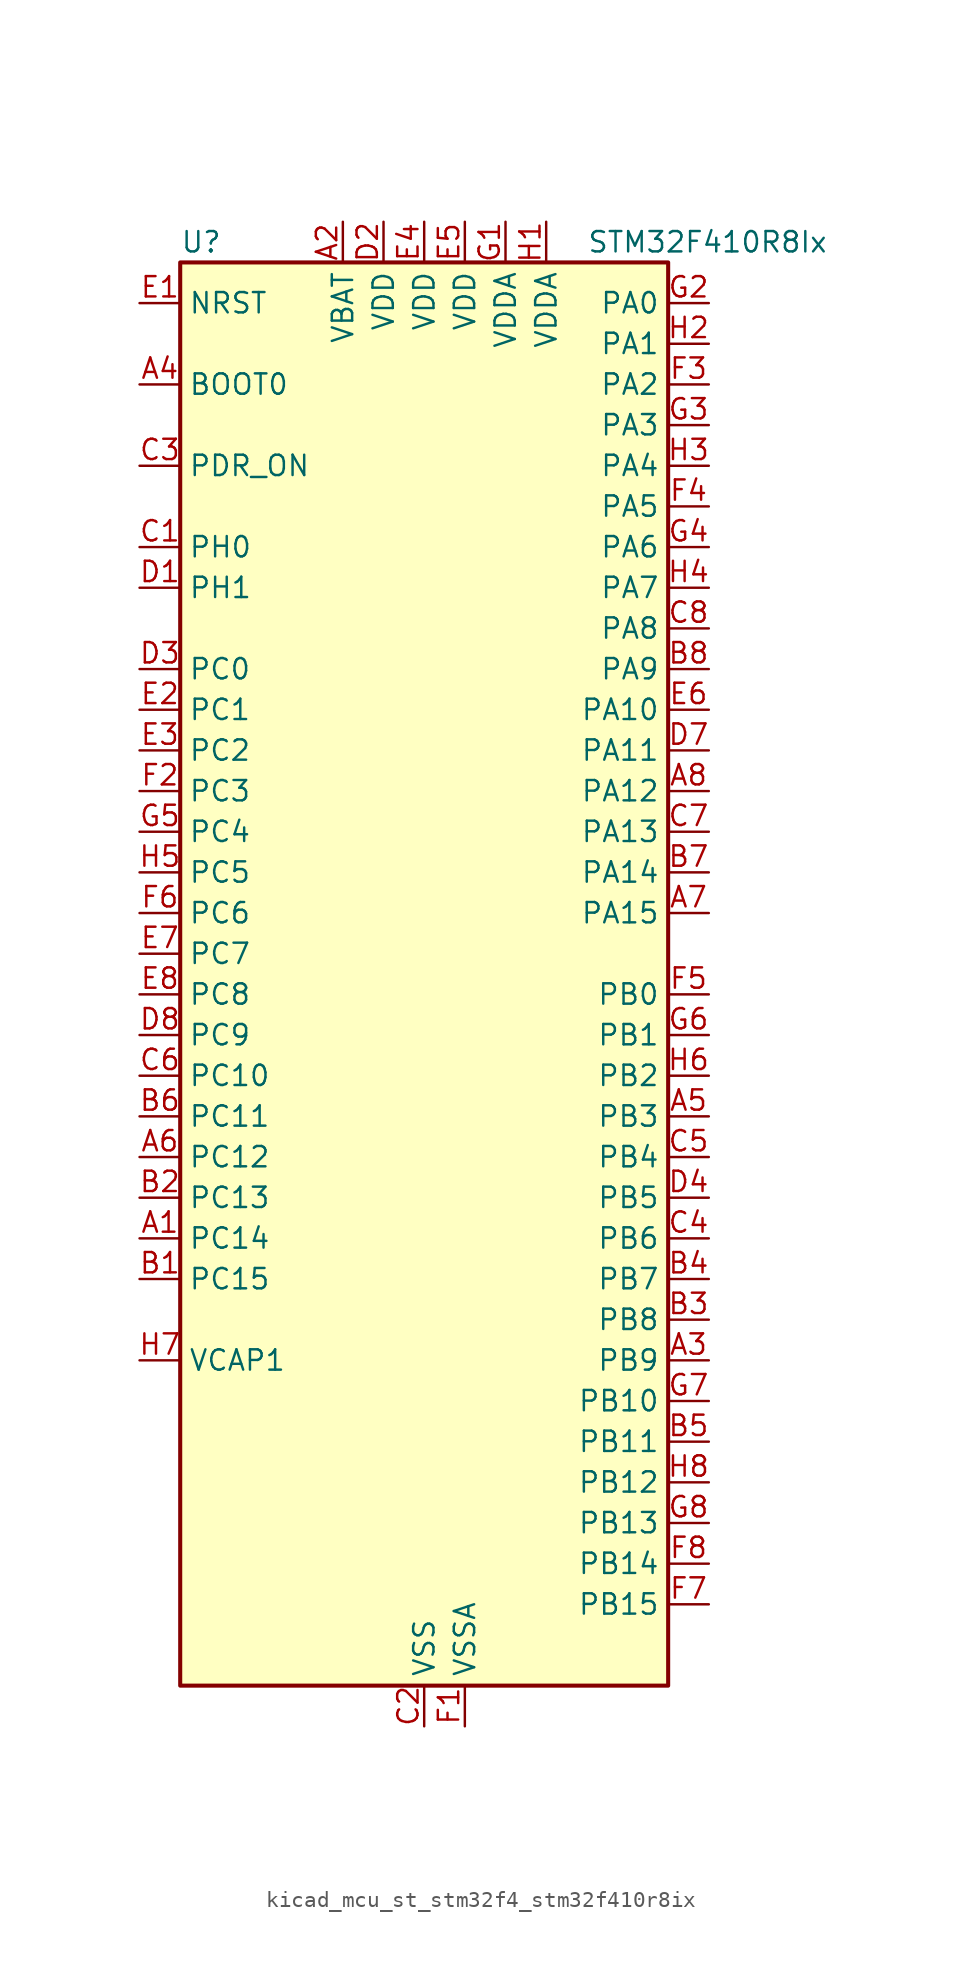
<source format=kicad_sym>
(kicad_symbol_lib
  (version 20220914)
  (generator kicad_symbol_editor)
  (symbol "kicad_mcu_st_stm32f4_stm32f410r8ix"
    (property "Reference" "U"
      (at -15.24 46.99 0)
      (effects (font (size 1.27 1.27)) (justify left)))
    (property "Value" "STM32F410R8Ix"
      (at 10.16 46.99 0)
      (effects (font (size 1.27 1.27)) (justify left)))
    (property "ki_locked" ""
      (at 0 0 0)
      (effects (font (size 1.27 1.27))))
    (symbol "kicad_mcu_st_stm32f4_stm32f410r8ix_0_1"
      (rectangle (start -15.24 -43.18) (end 15.24 45.72) (stroke (width 0.254) (type default)) (fill (type background))))
    (symbol "kicad_mcu_st_stm32f4_stm32f410r8ix_1_1"
      (pin bidirectional line (at -17.78 -15.24 0) (length 2.54) (name "PC14" (effects (font (size 1.27 1.27)))) (number "A1" (effects (font (size 1.27 1.27)))) (alternate "RCC_OSC32_IN" bidirectional line))
      (pin power_in line (at -5.08 48.26 270) (length 2.54) (name "VBAT" (effects (font (size 1.27 1.27)))) (number "A2" (effects (font (size 1.27 1.27)))))
      (pin bidirectional line (at 17.78 -22.86 180) (length 2.54) (name "PB9" (effects (font (size 1.27 1.27)))) (number "A3" (effects (font (size 1.27 1.27)))) (alternate "DAC_EXTI9" bidirectional line) (alternate "I2C1_SDA" bidirectional line) (alternate "I2C2_SDA" bidirectional line) (alternate "I2S2_WS" bidirectional line) (alternate "SPI2_NSS" bidirectional line) (alternate "TIM11_CH1" bidirectional line))
      (pin input line (at -17.78 38.1 0) (length 2.54) (name "BOOT0" (effects (font (size 1.27 1.27)))) (number "A4" (effects (font (size 1.27 1.27)))))
      (pin bidirectional line (at 17.78 -7.62 180) (length 2.54) (name "PB3" (effects (font (size 1.27 1.27)))) (number "A5" (effects (font (size 1.27 1.27)))) (alternate "FMPI2C1_SDA" bidirectional line) (alternate "I2C2_SDA" bidirectional line) (alternate "I2S1_CK" bidirectional line) (alternate "SPI1_SCK" bidirectional line) (alternate "SYS_JTDO-SWO" bidirectional line) (alternate "USART1_RX" bidirectional line))
      (pin bidirectional line (at -17.78 -10.16 0) (length 2.54) (name "PC12" (effects (font (size 1.27 1.27)))) (number "A6" (effects (font (size 1.27 1.27)))) (alternate "SYS_TRACED2" bidirectional line) (alternate "TIM11_CH1" bidirectional line))
      (pin bidirectional line (at 17.78 5.08 180) (length 2.54) (name "PA15" (effects (font (size 1.27 1.27)))) (number "A7" (effects (font (size 1.27 1.27)))) (alternate "ADC1_EXTI15" bidirectional line) (alternate "I2S1_WS" bidirectional line) (alternate "SPI1_NSS" bidirectional line) (alternate "SYS_JTDI" bidirectional line) (alternate "USART1_TX" bidirectional line))
      (pin bidirectional line (at 17.78 12.7 180) (length 2.54) (name "PA12" (effects (font (size 1.27 1.27)))) (number "A8" (effects (font (size 1.27 1.27)))) (alternate "SPI5_MISO" bidirectional line) (alternate "TIM1_ETR" bidirectional line) (alternate "USART1_RTS" bidirectional line) (alternate "USART6_RX" bidirectional line))
      (pin bidirectional line (at -17.78 -17.78 0) (length 2.54) (name "PC15" (effects (font (size 1.27 1.27)))) (number "B1" (effects (font (size 1.27 1.27)))) (alternate "ADC1_EXTI15" bidirectional line) (alternate "RCC_OSC32_OUT" bidirectional line))
      (pin bidirectional line (at -17.78 -12.7 0) (length 2.54) (name "PC13" (effects (font (size 1.27 1.27)))) (number "B2" (effects (font (size 1.27 1.27)))) (alternate "RTC_AF1" bidirectional line))
      (pin bidirectional line (at 17.78 -20.32 180) (length 2.54) (name "PB8" (effects (font (size 1.27 1.27)))) (number "B3" (effects (font (size 1.27 1.27)))) (alternate "I2C1_SCL" bidirectional line) (alternate "I2S5_SD" bidirectional line) (alternate "LPTIM1_OUT" bidirectional line) (alternate "SPI5_MOSI" bidirectional line))
      (pin bidirectional line (at 17.78 -17.78 180) (length 2.54) (name "PB7" (effects (font (size 1.27 1.27)))) (number "B4" (effects (font (size 1.27 1.27)))) (alternate "I2C1_SDA" bidirectional line) (alternate "LPTIM1_IN2" bidirectional line) (alternate "USART1_RX" bidirectional line))
      (pin bidirectional line (at 17.78 -27.94 180) (length 2.54) (name "PB11" (effects (font (size 1.27 1.27)))) (number "B5" (effects (font (size 1.27 1.27)))) (alternate "ADC1_EXTI11" bidirectional line) (alternate "I2C2_SDA" bidirectional line) (alternate "I2S_CKIN" bidirectional line) (alternate "SYS_TRACED3" bidirectional line) (alternate "TIM5_CH4" bidirectional line))
      (pin bidirectional line (at -17.78 -7.62 0) (length 2.54) (name "PC11" (effects (font (size 1.27 1.27)))) (number "B6" (effects (font (size 1.27 1.27)))) (alternate "ADC1_EXTI11" bidirectional line) (alternate "SYS_TRACED1" bidirectional line) (alternate "TIM5_CH3" bidirectional line))
      (pin bidirectional line (at 17.78 7.62 180) (length 2.54) (name "PA14" (effects (font (size 1.27 1.27)))) (number "B7" (effects (font (size 1.27 1.27)))) (alternate "SYS_JTCK-SWCLK" bidirectional line))
      (pin bidirectional line (at 17.78 20.32 180) (length 2.54) (name "PA9" (effects (font (size 1.27 1.27)))) (number "B8" (effects (font (size 1.27 1.27)))) (alternate "DAC_EXTI9" bidirectional line) (alternate "TIM1_CH2" bidirectional line) (alternate "USART1_TX" bidirectional line))
      (pin bidirectional line (at -17.78 27.94 0) (length 2.54) (name "PH0" (effects (font (size 1.27 1.27)))) (number "C1" (effects (font (size 1.27 1.27)))) (alternate "RCC_OSC_IN" bidirectional line))
      (pin power_in line (at 0 -45.72 90) (length 2.54) (name "VSS" (effects (font (size 1.27 1.27)))) (number "C2" (effects (font (size 1.27 1.27)))))
      (pin input line (at -17.78 33.02 0) (length 2.54) (name "PDR_ON" (effects (font (size 1.27 1.27)))) (number "C3" (effects (font (size 1.27 1.27)))))
      (pin bidirectional line (at 17.78 -15.24 180) (length 2.54) (name "PB6" (effects (font (size 1.27 1.27)))) (number "C4" (effects (font (size 1.27 1.27)))) (alternate "I2C1_SCL" bidirectional line) (alternate "LPTIM1_ETR" bidirectional line) (alternate "USART1_TX" bidirectional line))
      (pin bidirectional line (at 17.78 -10.16 180) (length 2.54) (name "PB4" (effects (font (size 1.27 1.27)))) (number "C5" (effects (font (size 1.27 1.27)))) (alternate "SPI1_MISO" bidirectional line) (alternate "SYS_JTRST" bidirectional line))
      (pin bidirectional line (at -17.78 -5.08 0) (length 2.54) (name "PC10" (effects (font (size 1.27 1.27)))) (number "C6" (effects (font (size 1.27 1.27)))) (alternate "SYS_TRACED0" bidirectional line) (alternate "TIM5_CH2" bidirectional line))
      (pin bidirectional line (at 17.78 10.16 180) (length 2.54) (name "PA13" (effects (font (size 1.27 1.27)))) (number "C7" (effects (font (size 1.27 1.27)))) (alternate "SYS_JTMS-SWDIO" bidirectional line))
      (pin bidirectional line (at 17.78 22.86 180) (length 2.54) (name "PA8" (effects (font (size 1.27 1.27)))) (number "C8" (effects (font (size 1.27 1.27)))) (alternate "FMPI2C1_SCL" bidirectional line) (alternate "RCC_MCO_1" bidirectional line) (alternate "TIM1_CH1" bidirectional line) (alternate "USART1_CK" bidirectional line))
      (pin bidirectional line (at -17.78 25.4 0) (length 2.54) (name "PH1" (effects (font (size 1.27 1.27)))) (number "D1" (effects (font (size 1.27 1.27)))) (alternate "RCC_OSC_OUT" bidirectional line))
      (pin power_in line (at -2.54 48.26 270) (length 2.54) (name "VDD" (effects (font (size 1.27 1.27)))) (number "D2" (effects (font (size 1.27 1.27)))))
      (pin bidirectional line (at -17.78 20.32 0) (length 2.54) (name "PC0" (effects (font (size 1.27 1.27)))) (number "D3" (effects (font (size 1.27 1.27)))) (alternate "ADC1_IN10" bidirectional line) (alternate "LPTIM1_IN1" bidirectional line) (alternate "SYS_WKUP2" bidirectional line))
      (pin bidirectional line (at 17.78 -12.7 180) (length 2.54) (name "PB5" (effects (font (size 1.27 1.27)))) (number "D4" (effects (font (size 1.27 1.27)))) (alternate "I2C1_SMBA" bidirectional line) (alternate "I2S1_SD" bidirectional line) (alternate "LPTIM1_IN1" bidirectional line) (alternate "SPI1_MOSI" bidirectional line))
      (pin passive line (at 0 -45.72 90) (length 2.54) hide (name "VSS" (effects (font (size 1.27 1.27)))) (number "D5" (effects (font (size 1.27 1.27)))))
      (pin passive line (at 0 -45.72 90) (length 2.54) hide (name "VSS" (effects (font (size 1.27 1.27)))) (number "D6" (effects (font (size 1.27 1.27)))))
      (pin bidirectional line (at 17.78 15.24 180) (length 2.54) (name "PA11" (effects (font (size 1.27 1.27)))) (number "D7" (effects (font (size 1.27 1.27)))) (alternate "ADC1_EXTI11" bidirectional line) (alternate "TIM1_CH4" bidirectional line) (alternate "USART1_CTS" bidirectional line) (alternate "USART6_TX" bidirectional line))
      (pin bidirectional line (at -17.78 -2.54 0) (length 2.54) (name "PC9" (effects (font (size 1.27 1.27)))) (number "D8" (effects (font (size 1.27 1.27)))) (alternate "DAC_EXTI9" bidirectional line) (alternate "FMPI2C1_SDA" bidirectional line) (alternate "I2S_CKIN" bidirectional line) (alternate "RCC_MCO_2" bidirectional line))
      (pin input line (at -17.78 43.18 0) (length 2.54) (name "NRST" (effects (font (size 1.27 1.27)))) (number "E1" (effects (font (size 1.27 1.27)))))
      (pin bidirectional line (at -17.78 17.78 0) (length 2.54) (name "PC1" (effects (font (size 1.27 1.27)))) (number "E2" (effects (font (size 1.27 1.27)))) (alternate "ADC1_IN11" bidirectional line) (alternate "LPTIM1_OUT" bidirectional line) (alternate "SYS_WKUP3" bidirectional line))
      (pin bidirectional line (at -17.78 15.24 0) (length 2.54) (name "PC2" (effects (font (size 1.27 1.27)))) (number "E3" (effects (font (size 1.27 1.27)))) (alternate "ADC1_IN12" bidirectional line) (alternate "LPTIM1_IN2" bidirectional line) (alternate "SPI2_MISO" bidirectional line))
      (pin power_in line (at 0 48.26 270) (length 2.54) (name "VDD" (effects (font (size 1.27 1.27)))) (number "E4" (effects (font (size 1.27 1.27)))))
      (pin power_in line (at 2.54 48.26 270) (length 2.54) (name "VDD" (effects (font (size 1.27 1.27)))) (number "E5" (effects (font (size 1.27 1.27)))))
      (pin bidirectional line (at 17.78 17.78 180) (length 2.54) (name "PA10" (effects (font (size 1.27 1.27)))) (number "E6" (effects (font (size 1.27 1.27)))) (alternate "I2S5_SD" bidirectional line) (alternate "SPI5_MOSI" bidirectional line) (alternate "TIM1_CH3" bidirectional line) (alternate "USART1_RX" bidirectional line))
      (pin bidirectional line (at -17.78 2.54 0) (length 2.54) (name "PC7" (effects (font (size 1.27 1.27)))) (number "E7" (effects (font (size 1.27 1.27)))) (alternate "FMPI2C1_SDA" bidirectional line) (alternate "I2S1_MCK" bidirectional line) (alternate "I2S2_CK" bidirectional line) (alternate "SPI2_SCK" bidirectional line) (alternate "USART6_RX" bidirectional line))
      (pin bidirectional line (at -17.78 0 0) (length 2.54) (name "PC8" (effects (font (size 1.27 1.27)))) (number "E8" (effects (font (size 1.27 1.27)))) (alternate "USART6_CK" bidirectional line))
      (pin power_in line (at 2.54 -45.72 90) (length 2.54) (name "VSSA" (effects (font (size 1.27 1.27)))) (number "F1" (effects (font (size 1.27 1.27)))))
      (pin bidirectional line (at -17.78 12.7 0) (length 2.54) (name "PC3" (effects (font (size 1.27 1.27)))) (number "F2" (effects (font (size 1.27 1.27)))) (alternate "ADC1_IN13" bidirectional line) (alternate "I2S2_SD" bidirectional line) (alternate "LPTIM1_ETR" bidirectional line) (alternate "SPI2_MOSI" bidirectional line))
      (pin bidirectional line (at 17.78 38.1 180) (length 2.54) (name "PA2" (effects (font (size 1.27 1.27)))) (number "F3" (effects (font (size 1.27 1.27)))) (alternate "ADC1_IN2" bidirectional line) (alternate "I2S_CKIN" bidirectional line) (alternate "TIM5_CH3" bidirectional line) (alternate "TIM9_CH1" bidirectional line) (alternate "USART2_TX" bidirectional line))
      (pin bidirectional line (at 17.78 30.48 180) (length 2.54) (name "PA5" (effects (font (size 1.27 1.27)))) (number "F4" (effects (font (size 1.27 1.27)))) (alternate "ADC1_IN5" bidirectional line) (alternate "DAC_OUT1" bidirectional line) (alternate "I2S1_CK" bidirectional line) (alternate "SPI1_SCK" bidirectional line))
      (pin bidirectional line (at 17.78 0 180) (length 2.54) (name "PB0" (effects (font (size 1.27 1.27)))) (number "F5" (effects (font (size 1.27 1.27)))) (alternate "ADC1_IN8" bidirectional line) (alternate "I2S5_CK" bidirectional line) (alternate "SPI5_SCK" bidirectional line) (alternate "TIM1_CH2N" bidirectional line))
      (pin bidirectional line (at -17.78 5.08 0) (length 2.54) (name "PC6" (effects (font (size 1.27 1.27)))) (number "F6" (effects (font (size 1.27 1.27)))) (alternate "FMPI2C1_SCL" bidirectional line) (alternate "I2S2_MCK" bidirectional line) (alternate "SYS_TRACECLK" bidirectional line) (alternate "USART6_TX" bidirectional line))
      (pin bidirectional line (at 17.78 -38.1 180) (length 2.54) (name "PB15" (effects (font (size 1.27 1.27)))) (number "F7" (effects (font (size 1.27 1.27)))) (alternate "ADC1_EXTI15" bidirectional line) (alternate "FMPI2C1_SCL" bidirectional line) (alternate "I2S2_SD" bidirectional line) (alternate "RTC_REFIN" bidirectional line) (alternate "SPI2_MOSI" bidirectional line) (alternate "TIM1_CH3N" bidirectional line))
      (pin bidirectional line (at 17.78 -35.56 180) (length 2.54) (name "PB14" (effects (font (size 1.27 1.27)))) (number "F8" (effects (font (size 1.27 1.27)))) (alternate "FMPI2C1_SDA" bidirectional line) (alternate "SPI2_MISO" bidirectional line) (alternate "TIM1_CH2N" bidirectional line))
      (pin power_in line (at 5.08 48.26 270) (length 2.54) (name "VDDA" (effects (font (size 1.27 1.27)))) (number "G1" (effects (font (size 1.27 1.27)))))
      (pin bidirectional line (at 17.78 43.18 180) (length 2.54) (name "PA0" (effects (font (size 1.27 1.27)))) (number "G2" (effects (font (size 1.27 1.27)))) (alternate "ADC1_IN0" bidirectional line) (alternate "SYS_WKUP1" bidirectional line) (alternate "TIM5_CH1" bidirectional line) (alternate "USART2_CTS" bidirectional line))
      (pin bidirectional line (at 17.78 35.56 180) (length 2.54) (name "PA3" (effects (font (size 1.27 1.27)))) (number "G3" (effects (font (size 1.27 1.27)))) (alternate "ADC1_IN3" bidirectional line) (alternate "I2S2_MCK" bidirectional line) (alternate "TIM5_CH4" bidirectional line) (alternate "TIM9_CH2" bidirectional line) (alternate "USART2_RX" bidirectional line))
      (pin bidirectional line (at 17.78 27.94 180) (length 2.54) (name "PA6" (effects (font (size 1.27 1.27)))) (number "G4" (effects (font (size 1.27 1.27)))) (alternate "ADC1_IN6" bidirectional line) (alternate "I2S2_MCK" bidirectional line) (alternate "SPI1_MISO" bidirectional line) (alternate "TIM1_BKIN" bidirectional line))
      (pin bidirectional line (at -17.78 10.16 0) (length 2.54) (name "PC4" (effects (font (size 1.27 1.27)))) (number "G5" (effects (font (size 1.27 1.27)))) (alternate "ADC1_IN14" bidirectional line) (alternate "TIM9_CH1" bidirectional line))
      (pin bidirectional line (at 17.78 -2.54 180) (length 2.54) (name "PB1" (effects (font (size 1.27 1.27)))) (number "G6" (effects (font (size 1.27 1.27)))) (alternate "ADC1_IN9" bidirectional line) (alternate "I2S5_WS" bidirectional line) (alternate "SPI5_NSS" bidirectional line) (alternate "TIM1_CH3N" bidirectional line))
      (pin bidirectional line (at 17.78 -25.4 180) (length 2.54) (name "PB10" (effects (font (size 1.27 1.27)))) (number "G7" (effects (font (size 1.27 1.27)))) (alternate "FMPI2C1_SCL" bidirectional line) (alternate "I2C2_SCL" bidirectional line) (alternate "I2S1_MCK" bidirectional line) (alternate "I2S2_CK" bidirectional line) (alternate "SPI2_SCK" bidirectional line))
      (pin bidirectional line (at 17.78 -33.02 180) (length 2.54) (name "PB13" (effects (font (size 1.27 1.27)))) (number "G8" (effects (font (size 1.27 1.27)))) (alternate "FMPI2C1_SMBA" bidirectional line) (alternate "I2S2_CK" bidirectional line) (alternate "SPI2_SCK" bidirectional line) (alternate "TIM1_CH1N" bidirectional line))
      (pin power_in line (at 7.62 48.26 270) (length 2.54) (name "VDDA" (effects (font (size 1.27 1.27)))) (number "H1" (effects (font (size 1.27 1.27)))))
      (pin bidirectional line (at 17.78 40.64 180) (length 2.54) (name "PA1" (effects (font (size 1.27 1.27)))) (number "H2" (effects (font (size 1.27 1.27)))) (alternate "ADC1_IN1" bidirectional line) (alternate "TIM5_CH2" bidirectional line) (alternate "USART2_RTS" bidirectional line))
      (pin bidirectional line (at 17.78 33.02 180) (length 2.54) (name "PA4" (effects (font (size 1.27 1.27)))) (number "H3" (effects (font (size 1.27 1.27)))) (alternate "ADC1_IN4" bidirectional line) (alternate "I2S1_WS" bidirectional line) (alternate "SPI1_NSS" bidirectional line) (alternate "USART2_CK" bidirectional line))
      (pin bidirectional line (at 17.78 25.4 180) (length 2.54) (name "PA7" (effects (font (size 1.27 1.27)))) (number "H4" (effects (font (size 1.27 1.27)))) (alternate "ADC1_IN7" bidirectional line) (alternate "I2S1_SD" bidirectional line) (alternate "SPI1_MOSI" bidirectional line) (alternate "TIM1_CH1N" bidirectional line))
      (pin bidirectional line (at -17.78 7.62 0) (length 2.54) (name "PC5" (effects (font (size 1.27 1.27)))) (number "H5" (effects (font (size 1.27 1.27)))) (alternate "ADC1_IN15" bidirectional line) (alternate "FMPI2C1_SMBA" bidirectional line) (alternate "TIM9_CH2" bidirectional line))
      (pin bidirectional line (at 17.78 -5.08 180) (length 2.54) (name "PB2" (effects (font (size 1.27 1.27)))) (number "H6" (effects (font (size 1.27 1.27)))) (alternate "LPTIM1_OUT" bidirectional line))
      (pin power_out line (at -17.78 -22.86 0) (length 2.54) (name "VCAP1" (effects (font (size 1.27 1.27)))) (number "H7" (effects (font (size 1.27 1.27)))))
      (pin bidirectional line (at 17.78 -30.48 180) (length 2.54) (name "PB12" (effects (font (size 1.27 1.27)))) (number "H8" (effects (font (size 1.27 1.27)))) (alternate "I2C2_SMBA" bidirectional line) (alternate "I2S2_WS" bidirectional line) (alternate "SPI2_NSS" bidirectional line) (alternate "TIM1_BKIN" bidirectional line) (alternate "TIM5_CH1" bidirectional line)))))
</source>
